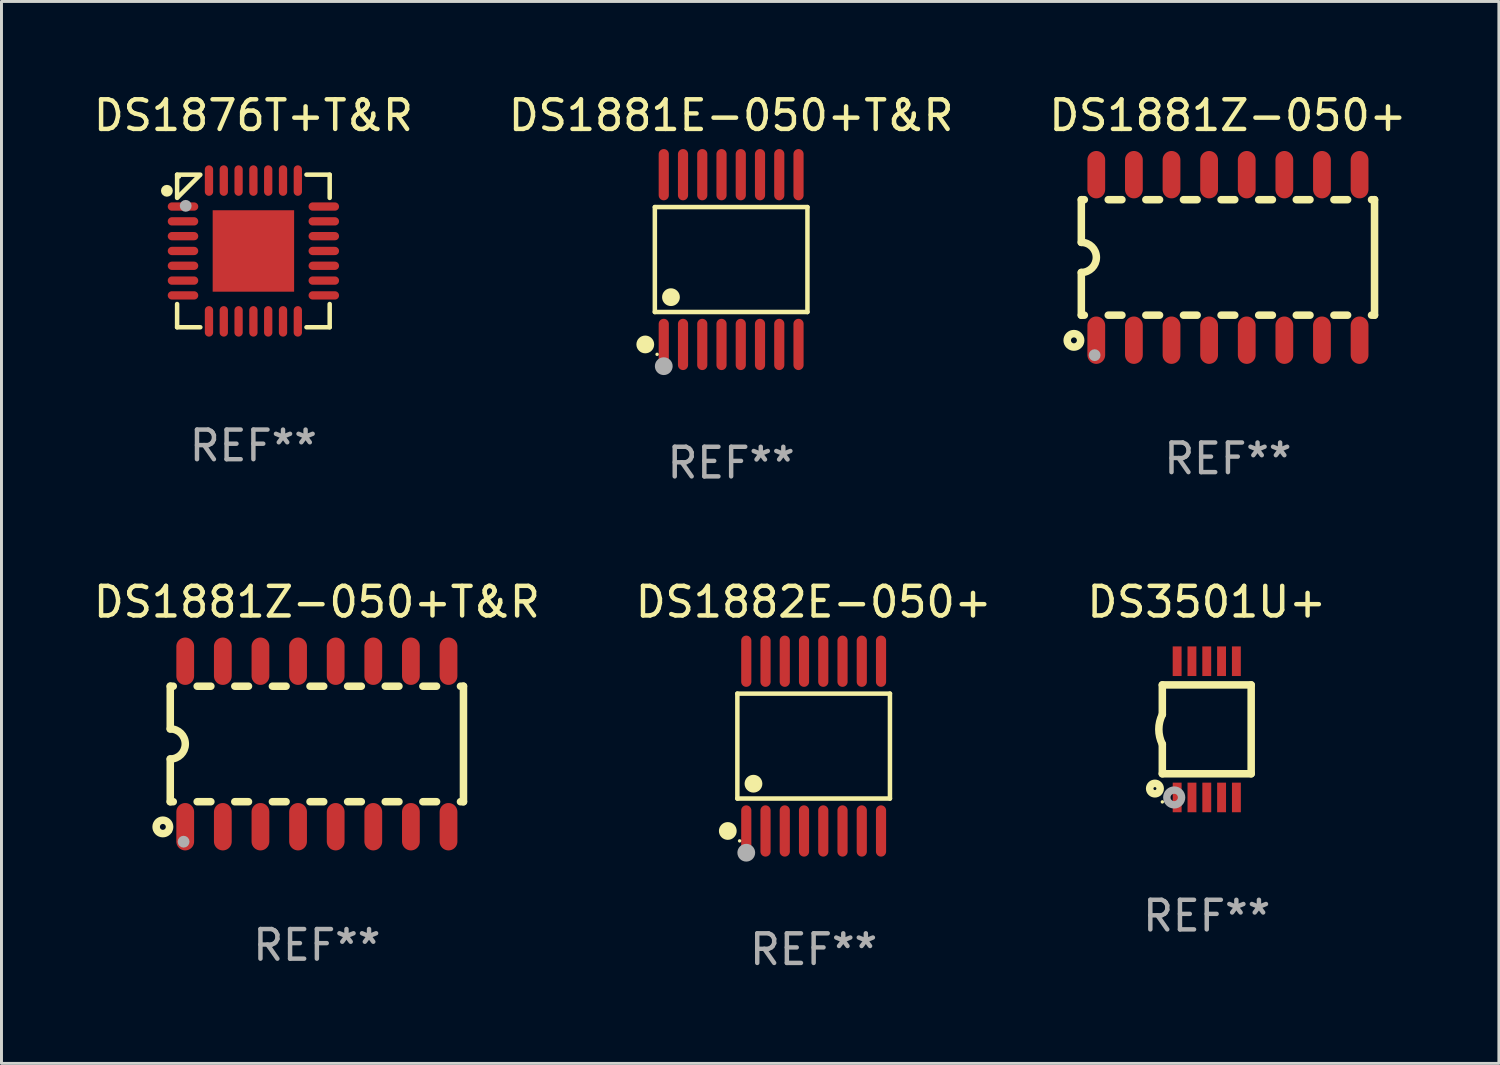
<source format=kicad_pcb>
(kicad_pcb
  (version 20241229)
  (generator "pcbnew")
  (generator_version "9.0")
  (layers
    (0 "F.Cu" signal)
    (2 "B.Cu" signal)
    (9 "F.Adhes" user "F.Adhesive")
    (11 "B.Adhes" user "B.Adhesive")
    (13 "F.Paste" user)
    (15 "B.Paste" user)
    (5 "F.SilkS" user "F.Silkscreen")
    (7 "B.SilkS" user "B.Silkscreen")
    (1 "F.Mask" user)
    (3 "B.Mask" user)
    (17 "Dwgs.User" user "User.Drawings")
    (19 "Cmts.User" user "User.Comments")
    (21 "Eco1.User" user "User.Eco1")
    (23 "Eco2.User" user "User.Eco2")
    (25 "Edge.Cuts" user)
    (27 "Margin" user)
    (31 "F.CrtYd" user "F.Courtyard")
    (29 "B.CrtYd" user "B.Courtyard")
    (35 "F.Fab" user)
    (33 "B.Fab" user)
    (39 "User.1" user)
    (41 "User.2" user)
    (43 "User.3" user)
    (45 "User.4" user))
  (footprint "DS1881Z-050+"
    (layer "F.Cu")
    (at 38.411 5.642)
    (property "Reference" "DS1881Z-050+" (at 0 -4.794 0) (layer "F.SilkS") (effects (font (size 1 1) (thickness 0.15))))
    (attr through_hole)
    (fp_line (start -4.95 -1.95) (end -4.95 -0.508) (stroke (width 0.254) (type solid)) (layer "F.SilkS"))
    (fp_line (start -4.95 -1.95) (end -4.849 -1.95) (stroke (width 0.254) (type solid)) (layer "F.SilkS"))
    (fp_line (start -4.95 1.95) (end -4.95 0.508) (stroke (width 0.254) (type solid)) (layer "F.SilkS"))
    (fp_line (start -4.95 1.95) (end -4.849 1.95) (stroke (width 0.254) (type solid)) (layer "F.SilkS"))
    (fp_line (start -4.041 -1.95) (end -3.579 -1.95) (stroke (width 0.254) (type solid)) (layer "F.SilkS"))
    (fp_line (start -4.041 1.95) (end -3.579 1.95) (stroke (width 0.254) (type solid)) (layer "F.SilkS"))
    (fp_line (start -2.771 -1.95) (end -2.309 -1.95) (stroke (width 0.254) (type solid)) (layer "F.SilkS"))
    (fp_line (start -2.771 1.95) (end -2.309 1.95) (stroke (width 0.254) (type solid)) (layer "F.SilkS"))
    (fp_line (start -1.501 -1.95) (end -1.039 -1.95) (stroke (width 0.254) (type solid)) (layer "F.SilkS"))
    (fp_line (start -1.501 1.95) (end -1.039 1.95) (stroke (width 0.254) (type solid)) (layer "F.SilkS"))
    (fp_line (start -0.231 -1.95) (end 0.231 -1.95) (stroke (width 0.254) (type solid)) (layer "F.SilkS"))
    (fp_line (start -0.231 1.95) (end 0.231 1.95) (stroke (width 0.254) (type solid)) (layer "F.SilkS"))
    (fp_line (start 1.039 -1.95) (end 1.501 -1.95) (stroke (width 0.254) (type solid)) (layer "F.SilkS"))
    (fp_line (start 1.039 1.95) (end 1.501 1.95) (stroke (width 0.254) (type solid)) (layer "F.SilkS"))
    (fp_line (start 2.309 -1.95) (end 2.771 -1.95) (stroke (width 0.254) (type solid)) (layer "F.SilkS"))
    (fp_line (start 2.309 1.95) (end 2.771 1.95) (stroke (width 0.254) (type solid)) (layer "F.SilkS"))
    (fp_line (start 3.579 -1.95) (end 4.041 -1.95) (stroke (width 0.254) (type solid)) (layer "F.SilkS"))
    (fp_line (start 3.579 1.95) (end 4.041 1.95) (stroke (width 0.254) (type solid)) (layer "F.SilkS"))
    (fp_line (start 4.849 -1.95) (end 4.95 -1.95) (stroke (width 0.254) (type solid)) (layer "F.SilkS"))
    (fp_line (start 4.849 1.95) (end 4.95 1.95) (stroke (width 0.254) (type solid)) (layer "F.SilkS"))
    (fp_line (start 4.95 -1.95) (end 4.95 1.95) (stroke (width 0.254) (type solid)) (layer "F.SilkS"))
    (fp_arc (start -4.95047 -0.508001) (mid -4.442469 -0.000228) (end -4.950013 0.508001) (stroke (width 0.254001) (type solid)) (layer "F.SilkS"))
    (fp_circle (center -5.2 2.8) (end -5.1 2.8) (stroke (width 0.254) (type solid)) (fill no) (layer "F.SilkS"))
    (fp_circle (center -4.95 2.947) (end -4.92 2.947) (stroke (width 0.06) (type solid)) (fill no) (layer "F.SilkS"))
    (fp_circle (center -4.5 3.3) (end -4.4 3.3) (stroke (width 0.2) (type solid)) (fill no) (layer "F.Fab"))
    (fp_text user "REF**" (at 0 6.794 0) (layer "F.Fab") (effects (font (size 1 1) (thickness 0.15))))
    (pad "1" smd oval (at -4.445 2.794) (size 0.6 1.6) (layers "F.Cu" "F.Mask" "F.Paste"))
    (pad "2" smd oval (at -3.175 2.794) (size 0.6 1.6) (layers "F.Cu" "F.Mask" "F.Paste"))
    (pad "3" smd oval (at -1.905 2.794) (size 0.6 1.6) (layers "F.Cu" "F.Mask" "F.Paste"))
    (pad "4" smd oval (at -0.635 2.794) (size 0.6 1.6) (layers "F.Cu" "F.Mask" "F.Paste"))
    (pad "5" smd oval (at 0.635 2.794) (size 0.6 1.6) (layers "F.Cu" "F.Mask" "F.Paste"))
    (pad "6" smd oval (at 1.905 2.794) (size 0.6 1.6) (layers "F.Cu" "F.Mask" "F.Paste"))
    (pad "7" smd oval (at 3.175 2.794) (size 0.6 1.6) (layers "F.Cu" "F.Mask" "F.Paste"))
    (pad "8" smd oval (at 4.445 2.794) (size 0.6 1.6) (layers "F.Cu" "F.Mask" "F.Paste"))
    (pad "9" smd oval (at 4.445 -2.794) (size 0.6 1.6) (layers "F.Cu" "F.Mask" "F.Paste"))
    (pad "10" smd oval (at 3.175 -2.794) (size 0.6 1.6) (layers "F.Cu" "F.Mask" "F.Paste"))
    (pad "11" smd oval (at 1.905 -2.794) (size 0.6 1.6) (layers "F.Cu" "F.Mask" "F.Paste"))
    (pad "12" smd oval (at 0.635 -2.794) (size 0.6 1.6) (layers "F.Cu" "F.Mask" "F.Paste"))
    (pad "13" smd oval (at -0.635 -2.794) (size 0.6 1.6) (layers "F.Cu" "F.Mask" "F.Paste"))
    (pad "14" smd oval (at -1.905 -2.794) (size 0.6 1.6) (layers "F.Cu" "F.Mask" "F.Paste"))
    (pad "15" smd oval (at -3.175 -2.794) (size 0.6 1.6) (layers "F.Cu" "F.Mask" "F.Paste"))
    (pad "16" smd oval (at -4.445 -2.794) (size 0.6 1.6) (layers "F.Cu" "F.Mask" "F.Paste")))
  (footprint "DS3501U+"
    (layer "F.Cu")
    (at 37.696 21.576)
    (property "Reference" "DS3501U+" (at 0 -4.3 0) (layer "F.SilkS") (effects (font (size 1 1) (thickness 0.15))))
    (attr through_hole)
    (fp_line (start -1.5 -1.5) (end -1.5 -0.5) (stroke (width 0.254) (type solid)) (layer "F.SilkS"))
    (fp_line (start -1.5 1.5) (end -1.5 0.5) (stroke (width 0.254) (type solid)) (layer "F.SilkS"))
    (fp_line (start -1.5 1.5) (end 1.5 1.5) (stroke (width 0.254) (type solid)) (layer "F.SilkS"))
    (fp_line (start 1.5 1.5) (end 1.5 -1.5) (stroke (width 0.254) (type solid)) (layer "F.SilkS"))
    (fp_line (start 1.5 -1.5) (end -1.5 -1.5) (stroke (width 0.254) (type solid)) (layer "F.SilkS"))
    (fp_arc (start -1.500165 0.5) (mid -1.618199 0) (end -1.500165 -0.5) (stroke (width 0.254001) (type solid)) (layer "F.SilkS"))
    (fp_circle (center -1.75 2) (end -1.573 2) (stroke (width 0.254) (type solid)) (fill no) (layer "F.SilkS"))
    (fp_circle (center -1.499 2.45) (end -1.469 2.45) (stroke (width 0.06) (type solid)) (fill no) (layer "F.SilkS"))
    (fp_circle (center -1.099 2.3) (end -0.975 2.3) (stroke (width 0.25) (type solid)) (fill no) (layer "F.Fab"))
    (fp_text user "REF**" (at 0 6.3 0) (layer "F.Fab") (effects (font (size 1 1) (thickness 0.15))))
    (pad "1" smd rect (at -0.999 2.3 180) (size 0.3 1) (layers "F.Cu" "F.Mask" "F.Paste"))
    (pad "2" smd rect (at -0.499 2.3 180) (size 0.3 1) (layers "F.Cu" "F.Mask" "F.Paste"))
    (pad "3" smd rect (at 0.001 2.3 180) (size 0.3 1) (layers "F.Cu" "F.Mask" "F.Paste"))
    (pad "4" smd rect (at 0.501 2.3 180) (size 0.3 1) (layers "F.Cu" "F.Mask" "F.Paste"))
    (pad "5" smd rect (at 1.001 2.3 180) (size 0.3 1) (layers "F.Cu" "F.Mask" "F.Paste"))
    (pad "6" smd rect (at 1 -2.3 180) (size 0.3 1) (layers "F.Cu" "F.Mask" "F.Paste"))
    (pad "7" smd rect (at 0.5 -2.3 180) (size 0.3 1) (layers "F.Cu" "F.Mask" "F.Paste"))
    (pad "8" smd rect (at -0.000165 -2.3 180) (size 0.3 1) (layers "F.Cu" "F.Mask" "F.Paste"))
    (pad "9" smd rect (at -0.5 -2.3 180) (size 0.3 1) (layers "F.Cu" "F.Mask" "F.Paste"))
    (pad "10" smd rect (at -1 -2.3 180) (size 0.3 1) (layers "F.Cu" "F.Mask" "F.Paste")))
  (footprint "DS1876T+T&R"
    (layer "F.Cu")
    (at 5.506 5.424)
    (property "Reference" "DS1876T+T&R" (at 0 -4.576 0) (layer "F.SilkS") (effects (font (size 1 1) (thickness 0.15))))
    (attr through_hole)
    (fp_line (start -2.576 -2.576) (end -1.792 -2.576) (stroke (width 0.152) (type solid)) (layer "F.SilkS"))
    (fp_line (start -2.576 -1.792) (end -2.576 -2.576) (stroke (width 0.152) (type solid)) (layer "F.SilkS"))
    (fp_line (start -2.576 1.792) (end -2.576 2.576) (stroke (width 0.152) (type solid)) (layer "F.SilkS"))
    (fp_line (start -2.576 2.576) (end -1.792 2.576) (stroke (width 0.152) (type solid)) (layer "F.SilkS"))
    (fp_line (start -1.819 -2.549) (end -2.549 -1.819) (stroke (width 0.152) (type solid)) (layer "F.SilkS"))
    (fp_line (start 2.576 -2.576) (end 1.792 -2.576) (stroke (width 0.152) (type solid)) (layer "F.SilkS"))
    (fp_line (start 2.576 -1.792) (end 2.576 -2.576) (stroke (width 0.152) (type solid)) (layer "F.SilkS"))
    (fp_line (start 2.576 1.792) (end 2.576 2.576) (stroke (width 0.152) (type solid)) (layer "F.SilkS"))
    (fp_line (start 2.576 2.576) (end 1.792 2.576) (stroke (width 0.152) (type solid)) (layer "F.SilkS"))
    (fp_circle (center -2.921 -2.032) (end -2.821 -2.032) (stroke (width 0.2) (type solid)) (fill no) (layer "F.SilkS"))
    (fp_circle (center -2.5 -2.5) (end -2.47 -2.5) (stroke (width 0.06) (type solid)) (fill no) (layer "F.SilkS"))
    (fp_circle (center -2.286 -1.524) (end -2.186 -1.524) (stroke (width 0.2) (type solid)) (fill no) (layer "F.Fab"))
    (fp_text user "REF**" (at 0 6.576 0) (layer "F.Fab") (effects (font (size 1 1) (thickness 0.15))))
    (pad "1" smd oval (at -2.377 -1.5) (size 1.03 0.28) (layers "F.Cu" "F.Mask" "F.Paste"))
    (pad "2" smd oval (at -2.377 -1) (size 1.03 0.28) (layers "F.Cu" "F.Mask" "F.Paste"))
    (pad "3" smd oval (at -2.377 -0.5) (size 1.03 0.28) (layers "F.Cu" "F.Mask" "F.Paste"))
    (pad "4" smd oval (at -2.377 0) (size 1.03 0.28) (layers "F.Cu" "F.Mask" "F.Paste"))
    (pad "5" smd oval (at -2.377 0.5) (size 1.03 0.28) (layers "F.Cu" "F.Mask" "F.Paste"))
    (pad "6" smd oval (at -2.377 1) (size 1.03 0.28) (layers "F.Cu" "F.Mask" "F.Paste"))
    (pad "7" smd oval (at -2.377 1.5) (size 1.03 0.28) (layers "F.Cu" "F.Mask" "F.Paste"))
    (pad "8" smd oval (at -1.5 2.377) (size 0.28 1.03) (layers "F.Cu" "F.Mask" "F.Paste"))
    (pad "9" smd oval (at -1 2.377) (size 0.28 1.03) (layers "F.Cu" "F.Mask" "F.Paste"))
    (pad "10" smd oval (at -0.5 2.377) (size 0.28 1.03) (layers "F.Cu" "F.Mask" "F.Paste"))
    (pad "11" smd oval (at 0 2.377) (size 0.28 1.03) (layers "F.Cu" "F.Mask" "F.Paste"))
    (pad "12" smd oval (at 0.5 2.377) (size 0.28 1.03) (layers "F.Cu" "F.Mask" "F.Paste"))
    (pad "13" smd oval (at 1 2.377) (size 0.28 1.03) (layers "F.Cu" "F.Mask" "F.Paste"))
    (pad "14" smd oval (at 1.5 2.377) (size 0.28 1.03) (layers "F.Cu" "F.Mask" "F.Paste"))
    (pad "15" smd oval (at 2.377 1.5) (size 1.03 0.28) (layers "F.Cu" "F.Mask" "F.Paste"))
    (pad "16" smd oval (at 2.377 1) (size 1.03 0.28) (layers "F.Cu" "F.Mask" "F.Paste"))
    (pad "17" smd oval (at 2.377 0.5) (size 1.03 0.28) (layers "F.Cu" "F.Mask" "F.Paste"))
    (pad "18" smd oval (at 2.377 0) (size 1.03 0.28) (layers "F.Cu" "F.Mask" "F.Paste"))
    (pad "19" smd oval (at 2.377 -0.5) (size 1.03 0.28) (layers "F.Cu" "F.Mask" "F.Paste"))
    (pad "20" smd oval (at 2.377 -1) (size 1.03 0.28) (layers "F.Cu" "F.Mask" "F.Paste"))
    (pad "21" smd oval (at 2.377 -1.5) (size 1.03 0.28) (layers "F.Cu" "F.Mask" "F.Paste"))
    (pad "22" smd oval (at 1.5 -2.377) (size 0.28 1.03) (layers "F.Cu" "F.Mask" "F.Paste"))
    (pad "23" smd oval (at 1 -2.377) (size 0.28 1.03) (layers "F.Cu" "F.Mask" "F.Paste"))
    (pad "24" smd oval (at 0.5 -2.377) (size 0.28 1.03) (layers "F.Cu" "F.Mask" "F.Paste"))
    (pad "25" smd oval (at 0 -2.377) (size 0.28 1.03) (layers "F.Cu" "F.Mask" "F.Paste"))
    (pad "26" smd oval (at -0.5 -2.377) (size 0.28 1.03) (layers "F.Cu" "F.Mask" "F.Paste"))
    (pad "27" smd oval (at -1 -2.377) (size 0.28 1.03) (layers "F.Cu" "F.Mask" "F.Paste"))
    (pad "28" smd oval (at -1.5 -2.377) (size 0.28 1.03) (layers "F.Cu" "F.Mask" "F.Paste"))
    (pad "29" smd rect (at 0 0) (size 2.75 2.75) (layers "F.Cu" "F.Mask" "F.Paste")))
  (footprint "DS1881E-050+T&R"
    (layer "F.Cu")
    (at 21.637 5.714)
    (property "Reference" "DS1881E-050+T&R" (at 0 -4.866 0) (layer "F.SilkS") (effects (font (size 1 1) (thickness 0.15))))
    (attr through_hole)
    (fp_line (start -2.576 -1.772) (end 2.576 -1.772) (stroke (width 0.152) (type solid)) (layer "F.SilkS"))
    (fp_line (start -2.576 1.771) (end -2.576 -1.772) (stroke (width 0.152) (type solid)) (layer "F.SilkS"))
    (fp_line (start 2.576 -1.772) (end 2.576 1.771) (stroke (width 0.152) (type solid)) (layer "F.SilkS"))
    (fp_line (start 2.576 1.771) (end -2.576 1.771) (stroke (width 0.152) (type solid)) (layer "F.SilkS"))
    (fp_circle (center -2.899 2.866) (end -2.749 2.866) (stroke (width 0.3) (type solid)) (fill no) (layer "F.SilkS"))
    (fp_circle (center -2.5 3.2) (end -2.47 3.2) (stroke (width 0.06) (type solid)) (fill no) (layer "F.SilkS"))
    (fp_circle (center -2.032 1.27) (end -1.882 1.27) (stroke (width 0.3) (type solid)) (fill no) (layer "F.SilkS"))
    (fp_circle (center -2.275 3.6) (end -2.125 3.6) (stroke (width 0.3) (type solid)) (fill no) (layer "F.Fab"))
    (fp_text user "REF**" (at 0 6.866 0) (layer "F.Fab") (effects (font (size 1 1) (thickness 0.15))))
    (pad "1" smd oval (at -2.275 2.866) (size 0.343 1.731) (layers "F.Cu" "F.Mask" "F.Paste"))
    (pad "2" smd oval (at -1.625 2.866) (size 0.343 1.731) (layers "F.Cu" "F.Mask" "F.Paste"))
    (pad "3" smd oval (at -0.975 2.866) (size 0.343 1.731) (layers "F.Cu" "F.Mask" "F.Paste"))
    (pad "4" smd oval (at -0.325 2.866) (size 0.343 1.731) (layers "F.Cu" "F.Mask" "F.Paste"))
    (pad "5" smd oval (at 0.325 2.866) (size 0.343 1.731) (layers "F.Cu" "F.Mask" "F.Paste"))
    (pad "6" smd oval (at 0.975 2.866) (size 0.343 1.731) (layers "F.Cu" "F.Mask" "F.Paste"))
    (pad "7" smd oval (at 1.625 2.866) (size 0.343 1.731) (layers "F.Cu" "F.Mask" "F.Paste"))
    (pad "8" smd oval (at 2.275 2.866) (size 0.343 1.731) (layers "F.Cu" "F.Mask" "F.Paste"))
    (pad "9" smd oval (at 2.275 -2.866) (size 0.343 1.731) (layers "F.Cu" "F.Mask" "F.Paste"))
    (pad "10" smd oval (at 1.625 -2.866) (size 0.343 1.731) (layers "F.Cu" "F.Mask" "F.Paste"))
    (pad "11" smd oval (at 0.975 -2.866) (size 0.343 1.731) (layers "F.Cu" "F.Mask" "F.Paste"))
    (pad "12" smd oval (at 0.325 -2.866) (size 0.343 1.731) (layers "F.Cu" "F.Mask" "F.Paste"))
    (pad "13" smd oval (at -0.325 -2.866) (size 0.343 1.731) (layers "F.Cu" "F.Mask" "F.Paste"))
    (pad "14" smd oval (at -0.975 -2.866) (size 0.343 1.731) (layers "F.Cu" "F.Mask" "F.Paste"))
    (pad "15" smd oval (at -1.625 -2.866) (size 0.343 1.731) (layers "F.Cu" "F.Mask" "F.Paste"))
    (pad "16" smd oval (at -2.275 -2.866) (size 0.343 1.731) (layers "F.Cu" "F.Mask" "F.Paste")))
  (footprint "DS1881Z-050+T&R"
    (layer "F.Cu")
    (at 7.649 22.07)
    (property "Reference" "DS1881Z-050+T&R" (at 0 -4.794 0) (layer "F.SilkS") (effects (font (size 1 1) (thickness 0.15))))
    (attr through_hole)
    (fp_line (start -4.95 -1.95) (end -4.95 -0.508) (stroke (width 0.254) (type solid)) (layer "F.SilkS"))
    (fp_line (start -4.95 -1.95) (end -4.849 -1.95) (stroke (width 0.254) (type solid)) (layer "F.SilkS"))
    (fp_line (start -4.95 1.95) (end -4.95 0.508) (stroke (width 0.254) (type solid)) (layer "F.SilkS"))
    (fp_line (start -4.95 1.95) (end -4.849 1.95) (stroke (width 0.254) (type solid)) (layer "F.SilkS"))
    (fp_line (start -4.041 -1.95) (end -3.579 -1.95) (stroke (width 0.254) (type solid)) (layer "F.SilkS"))
    (fp_line (start -4.041 1.95) (end -3.579 1.95) (stroke (width 0.254) (type solid)) (layer "F.SilkS"))
    (fp_line (start -2.771 -1.95) (end -2.309 -1.95) (stroke (width 0.254) (type solid)) (layer "F.SilkS"))
    (fp_line (start -2.771 1.95) (end -2.309 1.95) (stroke (width 0.254) (type solid)) (layer "F.SilkS"))
    (fp_line (start -1.501 -1.95) (end -1.039 -1.95) (stroke (width 0.254) (type solid)) (layer "F.SilkS"))
    (fp_line (start -1.501 1.95) (end -1.039 1.95) (stroke (width 0.254) (type solid)) (layer "F.SilkS"))
    (fp_line (start -0.231 -1.95) (end 0.231 -1.95) (stroke (width 0.254) (type solid)) (layer "F.SilkS"))
    (fp_line (start -0.231 1.95) (end 0.231 1.95) (stroke (width 0.254) (type solid)) (layer "F.SilkS"))
    (fp_line (start 1.039 -1.95) (end 1.501 -1.95) (stroke (width 0.254) (type solid)) (layer "F.SilkS"))
    (fp_line (start 1.039 1.95) (end 1.501 1.95) (stroke (width 0.254) (type solid)) (layer "F.SilkS"))
    (fp_line (start 2.309 -1.95) (end 2.771 -1.95) (stroke (width 0.254) (type solid)) (layer "F.SilkS"))
    (fp_line (start 2.309 1.95) (end 2.771 1.95) (stroke (width 0.254) (type solid)) (layer "F.SilkS"))
    (fp_line (start 3.579 -1.95) (end 4.041 -1.95) (stroke (width 0.254) (type solid)) (layer "F.SilkS"))
    (fp_line (start 3.579 1.95) (end 4.041 1.95) (stroke (width 0.254) (type solid)) (layer "F.SilkS"))
    (fp_line (start 4.849 -1.95) (end 4.95 -1.95) (stroke (width 0.254) (type solid)) (layer "F.SilkS"))
    (fp_line (start 4.849 1.95) (end 4.95 1.95) (stroke (width 0.254) (type solid)) (layer "F.SilkS"))
    (fp_line (start 4.95 -1.95) (end 4.95 1.95) (stroke (width 0.254) (type solid)) (layer "F.SilkS"))
    (fp_arc (start -4.95047 -0.508001) (mid -4.442469 -0.000228) (end -4.950013 0.508001) (stroke (width 0.254001) (type solid)) (layer "F.SilkS"))
    (fp_circle (center -5.2 2.8) (end -5.1 2.8) (stroke (width 0.254) (type solid)) (fill no) (layer "F.SilkS"))
    (fp_circle (center -4.95 2.947) (end -4.92 2.947) (stroke (width 0.06) (type solid)) (fill no) (layer "F.SilkS"))
    (fp_circle (center -4.5 3.3) (end -4.4 3.3) (stroke (width 0.2) (type solid)) (fill no) (layer "F.Fab"))
    (fp_text user "REF**" (at 0 6.794 0) (layer "F.Fab") (effects (font (size 1 1) (thickness 0.15))))
    (pad "1" smd oval (at -4.445 2.794) (size 0.6 1.6) (layers "F.Cu" "F.Mask" "F.Paste"))
    (pad "2" smd oval (at -3.175 2.794) (size 0.6 1.6) (layers "F.Cu" "F.Mask" "F.Paste"))
    (pad "3" smd oval (at -1.905 2.794) (size 0.6 1.6) (layers "F.Cu" "F.Mask" "F.Paste"))
    (pad "4" smd oval (at -0.635 2.794) (size 0.6 1.6) (layers "F.Cu" "F.Mask" "F.Paste"))
    (pad "5" smd oval (at 0.635 2.794) (size 0.6 1.6) (layers "F.Cu" "F.Mask" "F.Paste"))
    (pad "6" smd oval (at 1.905 2.794) (size 0.6 1.6) (layers "F.Cu" "F.Mask" "F.Paste"))
    (pad "7" smd oval (at 3.175 2.794) (size 0.6 1.6) (layers "F.Cu" "F.Mask" "F.Paste"))
    (pad "8" smd oval (at 4.445 2.794) (size 0.6 1.6) (layers "F.Cu" "F.Mask" "F.Paste"))
    (pad "9" smd oval (at 4.445 -2.794) (size 0.6 1.6) (layers "F.Cu" "F.Mask" "F.Paste"))
    (pad "10" smd oval (at 3.175 -2.794) (size 0.6 1.6) (layers "F.Cu" "F.Mask" "F.Paste"))
    (pad "11" smd oval (at 1.905 -2.794) (size 0.6 1.6) (layers "F.Cu" "F.Mask" "F.Paste"))
    (pad "12" smd oval (at 0.635 -2.794) (size 0.6 1.6) (layers "F.Cu" "F.Mask" "F.Paste"))
    (pad "13" smd oval (at -0.635 -2.794) (size 0.6 1.6) (layers "F.Cu" "F.Mask" "F.Paste"))
    (pad "14" smd oval (at -1.905 -2.794) (size 0.6 1.6) (layers "F.Cu" "F.Mask" "F.Paste"))
    (pad "15" smd oval (at -3.175 -2.794) (size 0.6 1.6) (layers "F.Cu" "F.Mask" "F.Paste"))
    (pad "16" smd oval (at -4.445 -2.794) (size 0.6 1.6) (layers "F.Cu" "F.Mask" "F.Paste")))
  (footprint "DS1882E-050+"
    (layer "F.Cu")
    (at 24.423 22.142)
    (property "Reference" "DS1882E-050+" (at 0 -4.866 0) (layer "F.SilkS") (effects (font (size 1 1) (thickness 0.15))))
    (attr through_hole)
    (fp_line (start -2.576 -1.772) (end 2.576 -1.772) (stroke (width 0.152) (type solid)) (layer "F.SilkS"))
    (fp_line (start -2.576 1.771) (end -2.576 -1.772) (stroke (width 0.152) (type solid)) (layer "F.SilkS"))
    (fp_line (start 2.576 -1.772) (end 2.576 1.771) (stroke (width 0.152) (type solid)) (layer "F.SilkS"))
    (fp_line (start 2.576 1.771) (end -2.576 1.771) (stroke (width 0.152) (type solid)) (layer "F.SilkS"))
    (fp_circle (center -2.899 2.866) (end -2.749 2.866) (stroke (width 0.3) (type solid)) (fill no) (layer "F.SilkS"))
    (fp_circle (center -2.5 3.2) (end -2.47 3.2) (stroke (width 0.06) (type solid)) (fill no) (layer "F.SilkS"))
    (fp_circle (center -2.032 1.27) (end -1.882 1.27) (stroke (width 0.3) (type solid)) (fill no) (layer "F.SilkS"))
    (fp_circle (center -2.275 3.6) (end -2.125 3.6) (stroke (width 0.3) (type solid)) (fill no) (layer "F.Fab"))
    (fp_text user "REF**" (at 0 6.866 0) (layer "F.Fab") (effects (font (size 1 1) (thickness 0.15))))
    (pad "1" smd oval (at -2.275 2.866) (size 0.343 1.731) (layers "F.Cu" "F.Mask" "F.Paste"))
    (pad "2" smd oval (at -1.625 2.866) (size 0.343 1.731) (layers "F.Cu" "F.Mask" "F.Paste"))
    (pad "3" smd oval (at -0.975 2.866) (size 0.343 1.731) (layers "F.Cu" "F.Mask" "F.Paste"))
    (pad "4" smd oval (at -0.325 2.866) (size 0.343 1.731) (layers "F.Cu" "F.Mask" "F.Paste"))
    (pad "5" smd oval (at 0.325 2.866) (size 0.343 1.731) (layers "F.Cu" "F.Mask" "F.Paste"))
    (pad "6" smd oval (at 0.975 2.866) (size 0.343 1.731) (layers "F.Cu" "F.Mask" "F.Paste"))
    (pad "7" smd oval (at 1.625 2.866) (size 0.343 1.731) (layers "F.Cu" "F.Mask" "F.Paste"))
    (pad "8" smd oval (at 2.275 2.866) (size 0.343 1.731) (layers "F.Cu" "F.Mask" "F.Paste"))
    (pad "9" smd oval (at 2.275 -2.866) (size 0.343 1.731) (layers "F.Cu" "F.Mask" "F.Paste"))
    (pad "10" smd oval (at 1.625 -2.866) (size 0.343 1.731) (layers "F.Cu" "F.Mask" "F.Paste"))
    (pad "11" smd oval (at 0.975 -2.866) (size 0.343 1.731) (layers "F.Cu" "F.Mask" "F.Paste"))
    (pad "12" smd oval (at 0.325 -2.866) (size 0.343 1.731) (layers "F.Cu" "F.Mask" "F.Paste"))
    (pad "13" smd oval (at -0.325 -2.866) (size 0.343 1.731) (layers "F.Cu" "F.Mask" "F.Paste"))
    (pad "14" smd oval (at -0.975 -2.866) (size 0.343 1.731) (layers "F.Cu" "F.Mask" "F.Paste"))
    (pad "15" smd oval (at -1.625 -2.866) (size 0.343 1.731) (layers "F.Cu" "F.Mask" "F.Paste"))
    (pad "16" smd oval (at -2.275 -2.866) (size 0.343 1.731) (layers "F.Cu" "F.Mask" "F.Paste")))
  (gr_rect
    (start -3 -3)
    (end 47.56 32.856)
    (stroke (width 0.1) (type default))
    (fill no)
    (layer "Edge.Cuts")))
</source>
